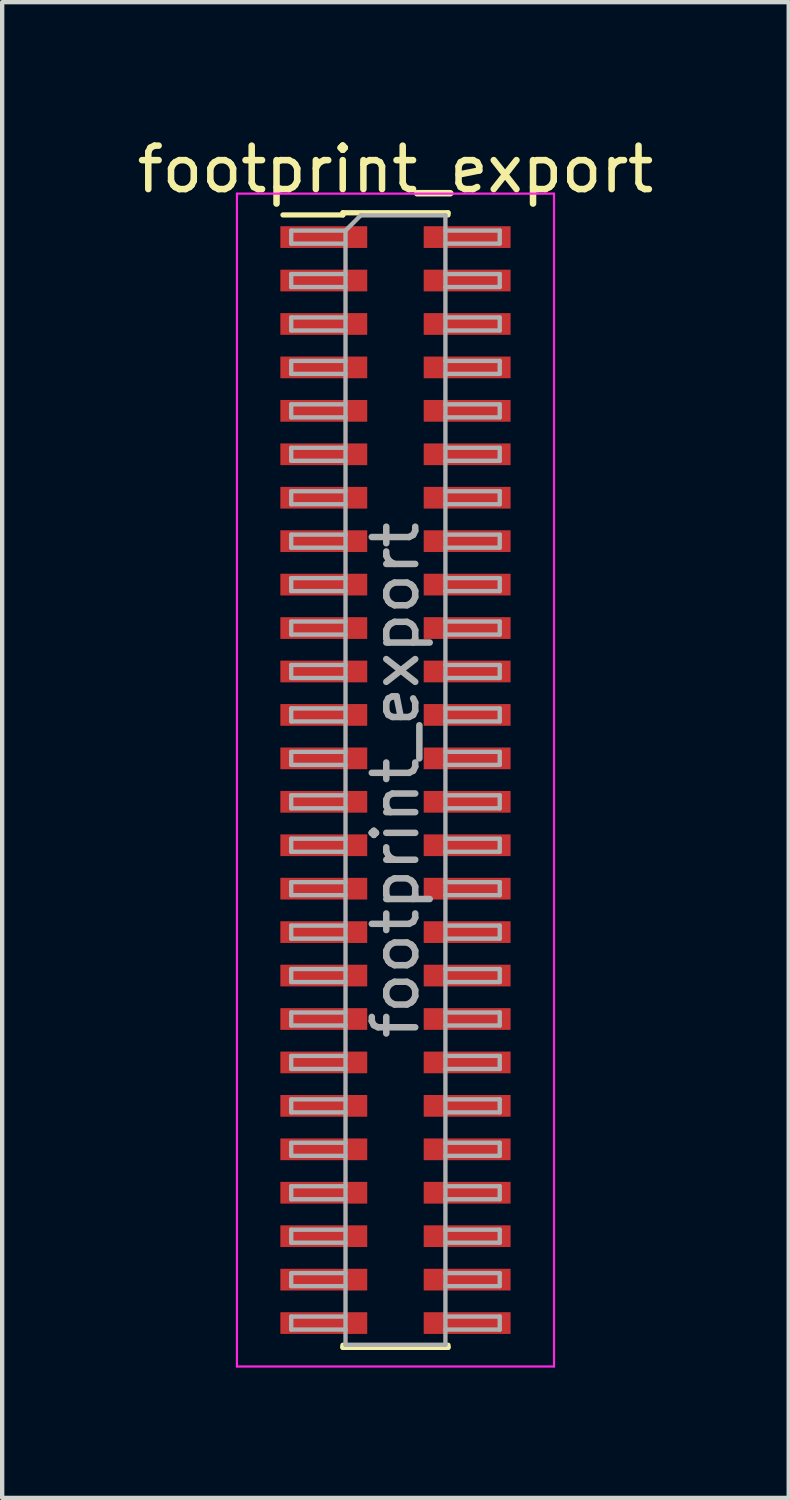
<source format=kicad_pcb>
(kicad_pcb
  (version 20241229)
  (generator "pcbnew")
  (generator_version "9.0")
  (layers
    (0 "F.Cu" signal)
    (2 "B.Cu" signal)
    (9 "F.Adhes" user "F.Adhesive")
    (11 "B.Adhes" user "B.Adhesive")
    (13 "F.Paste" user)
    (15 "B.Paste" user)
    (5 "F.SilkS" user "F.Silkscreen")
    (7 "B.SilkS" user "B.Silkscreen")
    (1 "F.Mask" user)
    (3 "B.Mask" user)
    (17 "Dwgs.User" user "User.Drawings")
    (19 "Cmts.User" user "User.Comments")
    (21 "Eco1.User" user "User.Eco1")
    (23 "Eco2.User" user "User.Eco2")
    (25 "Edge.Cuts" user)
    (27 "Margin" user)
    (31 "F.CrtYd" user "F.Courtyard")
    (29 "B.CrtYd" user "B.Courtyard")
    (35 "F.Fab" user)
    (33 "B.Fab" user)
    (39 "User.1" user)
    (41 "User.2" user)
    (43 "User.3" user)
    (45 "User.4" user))
  (footprint "footprint_export"
    (layer "F.Cu")
    (at 6.054 14.908)
    (property "Reference" "footprint_export" (at 0 -14.06 0) (layer "F.SilkS") (effects (font (size 1 1) (thickness 0.15))))
    (attr smd)
    (fp_line (start -2.59 -13.01) (end -1.21 -13.01) (stroke (width 0.12) (type solid)) (layer "F.SilkS"))
    (fp_line (start -1.21 -13.06) (end -1.21 -13.01) (stroke (width 0.12) (type solid)) (layer "F.SilkS"))
    (fp_line (start -1.21 -13.06) (end 1.21 -13.06) (stroke (width 0.12) (type solid)) (layer "F.SilkS"))
    (fp_line (start -1.21 13.01) (end -1.21 13.06) (stroke (width 0.12) (type solid)) (layer "F.SilkS"))
    (fp_line (start -1.21 13.06) (end 1.21 13.06) (stroke (width 0.12) (type solid)) (layer "F.SilkS"))
    (fp_line (start 1.21 -13.06) (end 1.21 -13.01) (stroke (width 0.12) (type solid)) (layer "F.SilkS"))
    (fp_line (start 1.21 13.01) (end 1.21 13.06) (stroke (width 0.12) (type solid)) (layer "F.SilkS"))
    (fp_line (start -3.65 -13.5) (end -3.65 13.5) (stroke (width 0.05) (type solid)) (layer "F.CrtYd"))
    (fp_line (start -3.65 13.5) (end 3.65 13.5) (stroke (width 0.05) (type solid)) (layer "F.CrtYd"))
    (fp_line (start 3.65 -13.5) (end -3.65 -13.5) (stroke (width 0.05) (type solid)) (layer "F.CrtYd"))
    (fp_line (start 3.65 13.5) (end 3.65 -13.5) (stroke (width 0.05) (type solid)) (layer "F.CrtYd"))
    (fp_line (start -2.4 -12.65) (end -2.4 -12.35) (stroke (width 0.1) (type solid)) (layer "F.Fab"))
    (fp_line (start -2.4 -12.35) (end -1.15 -12.35) (stroke (width 0.1) (type solid)) (layer "F.Fab"))
    (fp_line (start -2.4 -11.65) (end -2.4 -11.35) (stroke (width 0.1) (type solid)) (layer "F.Fab"))
    (fp_line (start -2.4 -11.35) (end -1.15 -11.35) (stroke (width 0.1) (type solid)) (layer "F.Fab"))
    (fp_line (start -2.4 -10.65) (end -2.4 -10.35) (stroke (width 0.1) (type solid)) (layer "F.Fab"))
    (fp_line (start -2.4 -10.35) (end -1.15 -10.35) (stroke (width 0.1) (type solid)) (layer "F.Fab"))
    (fp_line (start -2.4 -9.65) (end -2.4 -9.35) (stroke (width 0.1) (type solid)) (layer "F.Fab"))
    (fp_line (start -2.4 -9.35) (end -1.15 -9.35) (stroke (width 0.1) (type solid)) (layer "F.Fab"))
    (fp_line (start -2.4 -8.65) (end -2.4 -8.35) (stroke (width 0.1) (type solid)) (layer "F.Fab"))
    (fp_line (start -2.4 -8.35) (end -1.15 -8.35) (stroke (width 0.1) (type solid)) (layer "F.Fab"))
    (fp_line (start -2.4 -7.65) (end -2.4 -7.35) (stroke (width 0.1) (type solid)) (layer "F.Fab"))
    (fp_line (start -2.4 -7.35) (end -1.15 -7.35) (stroke (width 0.1) (type solid)) (layer "F.Fab"))
    (fp_line (start -2.4 -6.65) (end -2.4 -6.35) (stroke (width 0.1) (type solid)) (layer "F.Fab"))
    (fp_line (start -2.4 -6.35) (end -1.15 -6.35) (stroke (width 0.1) (type solid)) (layer "F.Fab"))
    (fp_line (start -2.4 -5.65) (end -2.4 -5.35) (stroke (width 0.1) (type solid)) (layer "F.Fab"))
    (fp_line (start -2.4 -5.35) (end -1.15 -5.35) (stroke (width 0.1) (type solid)) (layer "F.Fab"))
    (fp_line (start -2.4 -4.65) (end -2.4 -4.35) (stroke (width 0.1) (type solid)) (layer "F.Fab"))
    (fp_line (start -2.4 -4.35) (end -1.15 -4.35) (stroke (width 0.1) (type solid)) (layer "F.Fab"))
    (fp_line (start -2.4 -3.65) (end -2.4 -3.35) (stroke (width 0.1) (type solid)) (layer "F.Fab"))
    (fp_line (start -2.4 -3.35) (end -1.15 -3.35) (stroke (width 0.1) (type solid)) (layer "F.Fab"))
    (fp_line (start -2.4 -2.65) (end -2.4 -2.35) (stroke (width 0.1) (type solid)) (layer "F.Fab"))
    (fp_line (start -2.4 -2.35) (end -1.15 -2.35) (stroke (width 0.1) (type solid)) (layer "F.Fab"))
    (fp_line (start -2.4 -1.65) (end -2.4 -1.35) (stroke (width 0.1) (type solid)) (layer "F.Fab"))
    (fp_line (start -2.4 -1.35) (end -1.15 -1.35) (stroke (width 0.1) (type solid)) (layer "F.Fab"))
    (fp_line (start -2.4 -0.65) (end -2.4 -0.35) (stroke (width 0.1) (type solid)) (layer "F.Fab"))
    (fp_line (start -2.4 -0.35) (end -1.15 -0.35) (stroke (width 0.1) (type solid)) (layer "F.Fab"))
    (fp_line (start -2.4 0.35) (end -2.4 0.65) (stroke (width 0.1) (type solid)) (layer "F.Fab"))
    (fp_line (start -2.4 0.65) (end -1.15 0.65) (stroke (width 0.1) (type solid)) (layer "F.Fab"))
    (fp_line (start -2.4 1.35) (end -2.4 1.65) (stroke (width 0.1) (type solid)) (layer "F.Fab"))
    (fp_line (start -2.4 1.65) (end -1.15 1.65) (stroke (width 0.1) (type solid)) (layer "F.Fab"))
    (fp_line (start -2.4 2.35) (end -2.4 2.65) (stroke (width 0.1) (type solid)) (layer "F.Fab"))
    (fp_line (start -2.4 2.65) (end -1.15 2.65) (stroke (width 0.1) (type solid)) (layer "F.Fab"))
    (fp_line (start -2.4 3.35) (end -2.4 3.65) (stroke (width 0.1) (type solid)) (layer "F.Fab"))
    (fp_line (start -2.4 3.65) (end -1.15 3.65) (stroke (width 0.1) (type solid)) (layer "F.Fab"))
    (fp_line (start -2.4 4.35) (end -2.4 4.65) (stroke (width 0.1) (type solid)) (layer "F.Fab"))
    (fp_line (start -2.4 4.65) (end -1.15 4.65) (stroke (width 0.1) (type solid)) (layer "F.Fab"))
    (fp_line (start -2.4 5.35) (end -2.4 5.65) (stroke (width 0.1) (type solid)) (layer "F.Fab"))
    (fp_line (start -2.4 5.65) (end -1.15 5.65) (stroke (width 0.1) (type solid)) (layer "F.Fab"))
    (fp_line (start -2.4 6.35) (end -2.4 6.65) (stroke (width 0.1) (type solid)) (layer "F.Fab"))
    (fp_line (start -2.4 6.65) (end -1.15 6.65) (stroke (width 0.1) (type solid)) (layer "F.Fab"))
    (fp_line (start -2.4 7.35) (end -2.4 7.65) (stroke (width 0.1) (type solid)) (layer "F.Fab"))
    (fp_line (start -2.4 7.65) (end -1.15 7.65) (stroke (width 0.1) (type solid)) (layer "F.Fab"))
    (fp_line (start -2.4 8.35) (end -2.4 8.65) (stroke (width 0.1) (type solid)) (layer "F.Fab"))
    (fp_line (start -2.4 8.65) (end -1.15 8.65) (stroke (width 0.1) (type solid)) (layer "F.Fab"))
    (fp_line (start -2.4 9.35) (end -2.4 9.65) (stroke (width 0.1) (type solid)) (layer "F.Fab"))
    (fp_line (start -2.4 9.65) (end -1.15 9.65) (stroke (width 0.1) (type solid)) (layer "F.Fab"))
    (fp_line (start -2.4 10.35) (end -2.4 10.65) (stroke (width 0.1) (type solid)) (layer "F.Fab"))
    (fp_line (start -2.4 10.65) (end -1.15 10.65) (stroke (width 0.1) (type solid)) (layer "F.Fab"))
    (fp_line (start -2.4 11.35) (end -2.4 11.65) (stroke (width 0.1) (type solid)) (layer "F.Fab"))
    (fp_line (start -2.4 11.65) (end -1.15 11.65) (stroke (width 0.1) (type solid)) (layer "F.Fab"))
    (fp_line (start -2.4 12.35) (end -2.4 12.65) (stroke (width 0.1) (type solid)) (layer "F.Fab"))
    (fp_line (start -2.4 12.65) (end -1.15 12.65) (stroke (width 0.1) (type solid)) (layer "F.Fab"))
    (fp_line (start -1.15 -12.65) (end -2.4 -12.65) (stroke (width 0.1) (type solid)) (layer "F.Fab"))
    (fp_line (start -1.15 -12.65) (end -0.8 -13) (stroke (width 0.1) (type solid)) (layer "F.Fab"))
    (fp_line (start -1.15 -11.65) (end -2.4 -11.65) (stroke (width 0.1) (type solid)) (layer "F.Fab"))
    (fp_line (start -1.15 -10.65) (end -2.4 -10.65) (stroke (width 0.1) (type solid)) (layer "F.Fab"))
    (fp_line (start -1.15 -9.65) (end -2.4 -9.65) (stroke (width 0.1) (type solid)) (layer "F.Fab"))
    (fp_line (start -1.15 -8.65) (end -2.4 -8.65) (stroke (width 0.1) (type solid)) (layer "F.Fab"))
    (fp_line (start -1.15 -7.65) (end -2.4 -7.65) (stroke (width 0.1) (type solid)) (layer "F.Fab"))
    (fp_line (start -1.15 -6.65) (end -2.4 -6.65) (stroke (width 0.1) (type solid)) (layer "F.Fab"))
    (fp_line (start -1.15 -5.65) (end -2.4 -5.65) (stroke (width 0.1) (type solid)) (layer "F.Fab"))
    (fp_line (start -1.15 -4.65) (end -2.4 -4.65) (stroke (width 0.1) (type solid)) (layer "F.Fab"))
    (fp_line (start -1.15 -3.65) (end -2.4 -3.65) (stroke (width 0.1) (type solid)) (layer "F.Fab"))
    (fp_line (start -1.15 -2.65) (end -2.4 -2.65) (stroke (width 0.1) (type solid)) (layer "F.Fab"))
    (fp_line (start -1.15 -1.65) (end -2.4 -1.65) (stroke (width 0.1) (type solid)) (layer "F.Fab"))
    (fp_line (start -1.15 -0.65) (end -2.4 -0.65) (stroke (width 0.1) (type solid)) (layer "F.Fab"))
    (fp_line (start -1.15 0.35) (end -2.4 0.35) (stroke (width 0.1) (type solid)) (layer "F.Fab"))
    (fp_line (start -1.15 1.35) (end -2.4 1.35) (stroke (width 0.1) (type solid)) (layer "F.Fab"))
    (fp_line (start -1.15 2.35) (end -2.4 2.35) (stroke (width 0.1) (type solid)) (layer "F.Fab"))
    (fp_line (start -1.15 3.35) (end -2.4 3.35) (stroke (width 0.1) (type solid)) (layer "F.Fab"))
    (fp_line (start -1.15 4.35) (end -2.4 4.35) (stroke (width 0.1) (type solid)) (layer "F.Fab"))
    (fp_line (start -1.15 5.35) (end -2.4 5.35) (stroke (width 0.1) (type solid)) (layer "F.Fab"))
    (fp_line (start -1.15 6.35) (end -2.4 6.35) (stroke (width 0.1) (type solid)) (layer "F.Fab"))
    (fp_line (start -1.15 7.35) (end -2.4 7.35) (stroke (width 0.1) (type solid)) (layer "F.Fab"))
    (fp_line (start -1.15 8.35) (end -2.4 8.35) (stroke (width 0.1) (type solid)) (layer "F.Fab"))
    (fp_line (start -1.15 9.35) (end -2.4 9.35) (stroke (width 0.1) (type solid)) (layer "F.Fab"))
    (fp_line (start -1.15 10.35) (end -2.4 10.35) (stroke (width 0.1) (type solid)) (layer "F.Fab"))
    (fp_line (start -1.15 11.35) (end -2.4 11.35) (stroke (width 0.1) (type solid)) (layer "F.Fab"))
    (fp_line (start -1.15 12.35) (end -2.4 12.35) (stroke (width 0.1) (type solid)) (layer "F.Fab"))
    (fp_line (start -1.15 13) (end -1.15 -12.65) (stroke (width 0.1) (type solid)) (layer "F.Fab"))
    (fp_line (start -0.8 -13) (end 1.15 -13) (stroke (width 0.1) (type solid)) (layer "F.Fab"))
    (fp_line (start 1.15 -13) (end 1.15 13) (stroke (width 0.1) (type solid)) (layer "F.Fab"))
    (fp_line (start 1.15 -12.65) (end 2.4 -12.65) (stroke (width 0.1) (type solid)) (layer "F.Fab"))
    (fp_line (start 1.15 -11.65) (end 2.4 -11.65) (stroke (width 0.1) (type solid)) (layer "F.Fab"))
    (fp_line (start 1.15 -10.65) (end 2.4 -10.65) (stroke (width 0.1) (type solid)) (layer "F.Fab"))
    (fp_line (start 1.15 -9.65) (end 2.4 -9.65) (stroke (width 0.1) (type solid)) (layer "F.Fab"))
    (fp_line (start 1.15 -8.65) (end 2.4 -8.65) (stroke (width 0.1) (type solid)) (layer "F.Fab"))
    (fp_line (start 1.15 -7.65) (end 2.4 -7.65) (stroke (width 0.1) (type solid)) (layer "F.Fab"))
    (fp_line (start 1.15 -6.65) (end 2.4 -6.65) (stroke (width 0.1) (type solid)) (layer "F.Fab"))
    (fp_line (start 1.15 -5.65) (end 2.4 -5.65) (stroke (width 0.1) (type solid)) (layer "F.Fab"))
    (fp_line (start 1.15 -4.65) (end 2.4 -4.65) (stroke (width 0.1) (type solid)) (layer "F.Fab"))
    (fp_line (start 1.15 -3.65) (end 2.4 -3.65) (stroke (width 0.1) (type solid)) (layer "F.Fab"))
    (fp_line (start 1.15 -2.65) (end 2.4 -2.65) (stroke (width 0.1) (type solid)) (layer "F.Fab"))
    (fp_line (start 1.15 -1.65) (end 2.4 -1.65) (stroke (width 0.1) (type solid)) (layer "F.Fab"))
    (fp_line (start 1.15 -0.65) (end 2.4 -0.65) (stroke (width 0.1) (type solid)) (layer "F.Fab"))
    (fp_line (start 1.15 0.35) (end 2.4 0.35) (stroke (width 0.1) (type solid)) (layer "F.Fab"))
    (fp_line (start 1.15 1.35) (end 2.4 1.35) (stroke (width 0.1) (type solid)) (layer "F.Fab"))
    (fp_line (start 1.15 2.35) (end 2.4 2.35) (stroke (width 0.1) (type solid)) (layer "F.Fab"))
    (fp_line (start 1.15 3.35) (end 2.4 3.35) (stroke (width 0.1) (type solid)) (layer "F.Fab"))
    (fp_line (start 1.15 4.35) (end 2.4 4.35) (stroke (width 0.1) (type solid)) (layer "F.Fab"))
    (fp_line (start 1.15 5.35) (end 2.4 5.35) (stroke (width 0.1) (type solid)) (layer "F.Fab"))
    (fp_line (start 1.15 6.35) (end 2.4 6.35) (stroke (width 0.1) (type solid)) (layer "F.Fab"))
    (fp_line (start 1.15 7.35) (end 2.4 7.35) (stroke (width 0.1) (type solid)) (layer "F.Fab"))
    (fp_line (start 1.15 8.35) (end 2.4 8.35) (stroke (width 0.1) (type solid)) (layer "F.Fab"))
    (fp_line (start 1.15 9.35) (end 2.4 9.35) (stroke (width 0.1) (type solid)) (layer "F.Fab"))
    (fp_line (start 1.15 10.35) (end 2.4 10.35) (stroke (width 0.1) (type solid)) (layer "F.Fab"))
    (fp_line (start 1.15 11.35) (end 2.4 11.35) (stroke (width 0.1) (type solid)) (layer "F.Fab"))
    (fp_line (start 1.15 12.35) (end 2.4 12.35) (stroke (width 0.1) (type solid)) (layer "F.Fab"))
    (fp_line (start 1.15 13) (end -1.15 13) (stroke (width 0.1) (type solid)) (layer "F.Fab"))
    (fp_line (start 2.4 -12.65) (end 2.4 -12.35) (stroke (width 0.1) (type solid)) (layer "F.Fab"))
    (fp_line (start 2.4 -12.35) (end 1.15 -12.35) (stroke (width 0.1) (type solid)) (layer "F.Fab"))
    (fp_line (start 2.4 -11.65) (end 2.4 -11.35) (stroke (width 0.1) (type solid)) (layer "F.Fab"))
    (fp_line (start 2.4 -11.35) (end 1.15 -11.35) (stroke (width 0.1) (type solid)) (layer "F.Fab"))
    (fp_line (start 2.4 -10.65) (end 2.4 -10.35) (stroke (width 0.1) (type solid)) (layer "F.Fab"))
    (fp_line (start 2.4 -10.35) (end 1.15 -10.35) (stroke (width 0.1) (type solid)) (layer "F.Fab"))
    (fp_line (start 2.4 -9.65) (end 2.4 -9.35) (stroke (width 0.1) (type solid)) (layer "F.Fab"))
    (fp_line (start 2.4 -9.35) (end 1.15 -9.35) (stroke (width 0.1) (type solid)) (layer "F.Fab"))
    (fp_line (start 2.4 -8.65) (end 2.4 -8.35) (stroke (width 0.1) (type solid)) (layer "F.Fab"))
    (fp_line (start 2.4 -8.35) (end 1.15 -8.35) (stroke (width 0.1) (type solid)) (layer "F.Fab"))
    (fp_line (start 2.4 -7.65) (end 2.4 -7.35) (stroke (width 0.1) (type solid)) (layer "F.Fab"))
    (fp_line (start 2.4 -7.35) (end 1.15 -7.35) (stroke (width 0.1) (type solid)) (layer "F.Fab"))
    (fp_line (start 2.4 -6.65) (end 2.4 -6.35) (stroke (width 0.1) (type solid)) (layer "F.Fab"))
    (fp_line (start 2.4 -6.35) (end 1.15 -6.35) (stroke (width 0.1) (type solid)) (layer "F.Fab"))
    (fp_line (start 2.4 -5.65) (end 2.4 -5.35) (stroke (width 0.1) (type solid)) (layer "F.Fab"))
    (fp_line (start 2.4 -5.35) (end 1.15 -5.35) (stroke (width 0.1) (type solid)) (layer "F.Fab"))
    (fp_line (start 2.4 -4.65) (end 2.4 -4.35) (stroke (width 0.1) (type solid)) (layer "F.Fab"))
    (fp_line (start 2.4 -4.35) (end 1.15 -4.35) (stroke (width 0.1) (type solid)) (layer "F.Fab"))
    (fp_line (start 2.4 -3.65) (end 2.4 -3.35) (stroke (width 0.1) (type solid)) (layer "F.Fab"))
    (fp_line (start 2.4 -3.35) (end 1.15 -3.35) (stroke (width 0.1) (type solid)) (layer "F.Fab"))
    (fp_line (start 2.4 -2.65) (end 2.4 -2.35) (stroke (width 0.1) (type solid)) (layer "F.Fab"))
    (fp_line (start 2.4 -2.35) (end 1.15 -2.35) (stroke (width 0.1) (type solid)) (layer "F.Fab"))
    (fp_line (start 2.4 -1.65) (end 2.4 -1.35) (stroke (width 0.1) (type solid)) (layer "F.Fab"))
    (fp_line (start 2.4 -1.35) (end 1.15 -1.35) (stroke (width 0.1) (type solid)) (layer "F.Fab"))
    (fp_line (start 2.4 -0.65) (end 2.4 -0.35) (stroke (width 0.1) (type solid)) (layer "F.Fab"))
    (fp_line (start 2.4 -0.35) (end 1.15 -0.35) (stroke (width 0.1) (type solid)) (layer "F.Fab"))
    (fp_line (start 2.4 0.35) (end 2.4 0.65) (stroke (width 0.1) (type solid)) (layer "F.Fab"))
    (fp_line (start 2.4 0.65) (end 1.15 0.65) (stroke (width 0.1) (type solid)) (layer "F.Fab"))
    (fp_line (start 2.4 1.35) (end 2.4 1.65) (stroke (width 0.1) (type solid)) (layer "F.Fab"))
    (fp_line (start 2.4 1.65) (end 1.15 1.65) (stroke (width 0.1) (type solid)) (layer "F.Fab"))
    (fp_line (start 2.4 2.35) (end 2.4 2.65) (stroke (width 0.1) (type solid)) (layer "F.Fab"))
    (fp_line (start 2.4 2.65) (end 1.15 2.65) (stroke (width 0.1) (type solid)) (layer "F.Fab"))
    (fp_line (start 2.4 3.35) (end 2.4 3.65) (stroke (width 0.1) (type solid)) (layer "F.Fab"))
    (fp_line (start 2.4 3.65) (end 1.15 3.65) (stroke (width 0.1) (type solid)) (layer "F.Fab"))
    (fp_line (start 2.4 4.35) (end 2.4 4.65) (stroke (width 0.1) (type solid)) (layer "F.Fab"))
    (fp_line (start 2.4 4.65) (end 1.15 4.65) (stroke (width 0.1) (type solid)) (layer "F.Fab"))
    (fp_line (start 2.4 5.35) (end 2.4 5.65) (stroke (width 0.1) (type solid)) (layer "F.Fab"))
    (fp_line (start 2.4 5.65) (end 1.15 5.65) (stroke (width 0.1) (type solid)) (layer "F.Fab"))
    (fp_line (start 2.4 6.35) (end 2.4 6.65) (stroke (width 0.1) (type solid)) (layer "F.Fab"))
    (fp_line (start 2.4 6.65) (end 1.15 6.65) (stroke (width 0.1) (type solid)) (layer "F.Fab"))
    (fp_line (start 2.4 7.35) (end 2.4 7.65) (stroke (width 0.1) (type solid)) (layer "F.Fab"))
    (fp_line (start 2.4 7.65) (end 1.15 7.65) (stroke (width 0.1) (type solid)) (layer "F.Fab"))
    (fp_line (start 2.4 8.35) (end 2.4 8.65) (stroke (width 0.1) (type solid)) (layer "F.Fab"))
    (fp_line (start 2.4 8.65) (end 1.15 8.65) (stroke (width 0.1) (type solid)) (layer "F.Fab"))
    (fp_line (start 2.4 9.35) (end 2.4 9.65) (stroke (width 0.1) (type solid)) (layer "F.Fab"))
    (fp_line (start 2.4 9.65) (end 1.15 9.65) (stroke (width 0.1) (type solid)) (layer "F.Fab"))
    (fp_line (start 2.4 10.35) (end 2.4 10.65) (stroke (width 0.1) (type solid)) (layer "F.Fab"))
    (fp_line (start 2.4 10.65) (end 1.15 10.65) (stroke (width 0.1) (type solid)) (layer "F.Fab"))
    (fp_line (start 2.4 11.35) (end 2.4 11.65) (stroke (width 0.1) (type solid)) (layer "F.Fab"))
    (fp_line (start 2.4 11.65) (end 1.15 11.65) (stroke (width 0.1) (type solid)) (layer "F.Fab"))
    (fp_line (start 2.4 12.35) (end 2.4 12.65) (stroke (width 0.1) (type solid)) (layer "F.Fab"))
    (fp_line (start 2.4 12.65) (end 1.15 12.65) (stroke (width 0.1) (type solid)) (layer "F.Fab"))
    (fp_text user "${REFERENCE}" (at 0 0 90) (layer "F.Fab") (effects (font (size 1 1) (thickness 0.15))))
    (pad "1" smd rect (at -1.65 -12.5) (size 2 0.5) (layers "F.Cu" "F.Mask" "F.Paste"))
    (pad "2" smd rect (at 1.65 -12.5) (size 2 0.5) (layers "F.Cu" "F.Mask" "F.Paste"))
    (pad "3" smd rect (at -1.65 -11.5) (size 2 0.5) (layers "F.Cu" "F.Mask" "F.Paste"))
    (pad "4" smd rect (at 1.65 -11.5) (size 2 0.5) (layers "F.Cu" "F.Mask" "F.Paste"))
    (pad "5" smd rect (at -1.65 -10.5) (size 2 0.5) (layers "F.Cu" "F.Mask" "F.Paste"))
    (pad "6" smd rect (at 1.65 -10.5) (size 2 0.5) (layers "F.Cu" "F.Mask" "F.Paste"))
    (pad "7" smd rect (at -1.65 -9.5) (size 2 0.5) (layers "F.Cu" "F.Mask" "F.Paste"))
    (pad "8" smd rect (at 1.65 -9.5) (size 2 0.5) (layers "F.Cu" "F.Mask" "F.Paste"))
    (pad "9" smd rect (at -1.65 -8.5) (size 2 0.5) (layers "F.Cu" "F.Mask" "F.Paste"))
    (pad "10" smd rect (at 1.65 -8.5) (size 2 0.5) (layers "F.Cu" "F.Mask" "F.Paste"))
    (pad "11" smd rect (at -1.65 -7.5) (size 2 0.5) (layers "F.Cu" "F.Mask" "F.Paste"))
    (pad "12" smd rect (at 1.65 -7.5) (size 2 0.5) (layers "F.Cu" "F.Mask" "F.Paste"))
    (pad "13" smd rect (at -1.65 -6.5) (size 2 0.5) (layers "F.Cu" "F.Mask" "F.Paste"))
    (pad "14" smd rect (at 1.65 -6.5) (size 2 0.5) (layers "F.Cu" "F.Mask" "F.Paste"))
    (pad "15" smd rect (at -1.65 -5.5) (size 2 0.5) (layers "F.Cu" "F.Mask" "F.Paste"))
    (pad "16" smd rect (at 1.65 -5.5) (size 2 0.5) (layers "F.Cu" "F.Mask" "F.Paste"))
    (pad "17" smd rect (at -1.65 -4.5) (size 2 0.5) (layers "F.Cu" "F.Mask" "F.Paste"))
    (pad "18" smd rect (at 1.65 -4.5) (size 2 0.5) (layers "F.Cu" "F.Mask" "F.Paste"))
    (pad "19" smd rect (at -1.65 -3.5) (size 2 0.5) (layers "F.Cu" "F.Mask" "F.Paste"))
    (pad "20" smd rect (at 1.65 -3.5) (size 2 0.5) (layers "F.Cu" "F.Mask" "F.Paste"))
    (pad "21" smd rect (at -1.65 -2.5) (size 2 0.5) (layers "F.Cu" "F.Mask" "F.Paste"))
    (pad "22" smd rect (at 1.65 -2.5) (size 2 0.5) (layers "F.Cu" "F.Mask" "F.Paste"))
    (pad "23" smd rect (at -1.65 -1.5) (size 2 0.5) (layers "F.Cu" "F.Mask" "F.Paste"))
    (pad "24" smd rect (at 1.65 -1.5) (size 2 0.5) (layers "F.Cu" "F.Mask" "F.Paste"))
    (pad "25" smd rect (at -1.65 -0.5) (size 2 0.5) (layers "F.Cu" "F.Mask" "F.Paste"))
    (pad "26" smd rect (at 1.65 -0.5) (size 2 0.5) (layers "F.Cu" "F.Mask" "F.Paste"))
    (pad "27" smd rect (at -1.65 0.5) (size 2 0.5) (layers "F.Cu" "F.Mask" "F.Paste"))
    (pad "28" smd rect (at 1.65 0.5) (size 2 0.5) (layers "F.Cu" "F.Mask" "F.Paste"))
    (pad "29" smd rect (at -1.65 1.5) (size 2 0.5) (layers "F.Cu" "F.Mask" "F.Paste"))
    (pad "30" smd rect (at 1.65 1.5) (size 2 0.5) (layers "F.Cu" "F.Mask" "F.Paste"))
    (pad "31" smd rect (at -1.65 2.5) (size 2 0.5) (layers "F.Cu" "F.Mask" "F.Paste"))
    (pad "32" smd rect (at 1.65 2.5) (size 2 0.5) (layers "F.Cu" "F.Mask" "F.Paste"))
    (pad "33" smd rect (at -1.65 3.5) (size 2 0.5) (layers "F.Cu" "F.Mask" "F.Paste"))
    (pad "34" smd rect (at 1.65 3.5) (size 2 0.5) (layers "F.Cu" "F.Mask" "F.Paste"))
    (pad "35" smd rect (at -1.65 4.5) (size 2 0.5) (layers "F.Cu" "F.Mask" "F.Paste"))
    (pad "36" smd rect (at 1.65 4.5) (size 2 0.5) (layers "F.Cu" "F.Mask" "F.Paste"))
    (pad "37" smd rect (at -1.65 5.5) (size 2 0.5) (layers "F.Cu" "F.Mask" "F.Paste"))
    (pad "38" smd rect (at 1.65 5.5) (size 2 0.5) (layers "F.Cu" "F.Mask" "F.Paste"))
    (pad "39" smd rect (at -1.65 6.5) (size 2 0.5) (layers "F.Cu" "F.Mask" "F.Paste"))
    (pad "40" smd rect (at 1.65 6.5) (size 2 0.5) (layers "F.Cu" "F.Mask" "F.Paste"))
    (pad "41" smd rect (at -1.65 7.5) (size 2 0.5) (layers "F.Cu" "F.Mask" "F.Paste"))
    (pad "42" smd rect (at 1.65 7.5) (size 2 0.5) (layers "F.Cu" "F.Mask" "F.Paste"))
    (pad "43" smd rect (at -1.65 8.5) (size 2 0.5) (layers "F.Cu" "F.Mask" "F.Paste"))
    (pad "44" smd rect (at 1.65 8.5) (size 2 0.5) (layers "F.Cu" "F.Mask" "F.Paste"))
    (pad "45" smd rect (at -1.65 9.5) (size 2 0.5) (layers "F.Cu" "F.Mask" "F.Paste"))
    (pad "46" smd rect (at 1.65 9.5) (size 2 0.5) (layers "F.Cu" "F.Mask" "F.Paste"))
    (pad "47" smd rect (at -1.65 10.5) (size 2 0.5) (layers "F.Cu" "F.Mask" "F.Paste"))
    (pad "48" smd rect (at 1.65 10.5) (size 2 0.5) (layers "F.Cu" "F.Mask" "F.Paste"))
    (pad "49" smd rect (at -1.65 11.5) (size 2 0.5) (layers "F.Cu" "F.Mask" "F.Paste"))
    (pad "50" smd rect (at 1.65 11.5) (size 2 0.5) (layers "F.Cu" "F.Mask" "F.Paste"))
    (pad "51" smd rect (at -1.65 12.5) (size 2 0.5) (layers "F.Cu" "F.Mask" "F.Paste"))
    (pad "52" smd rect (at 1.65 12.5) (size 2 0.5) (layers "F.Cu" "F.Mask" "F.Paste")))
  (gr_rect
    (start -3 -3)
    (end 15.107 31.433)
    (stroke (width 0.1) (type default))
    (fill no)
    (layer "Edge.Cuts")))
</source>
